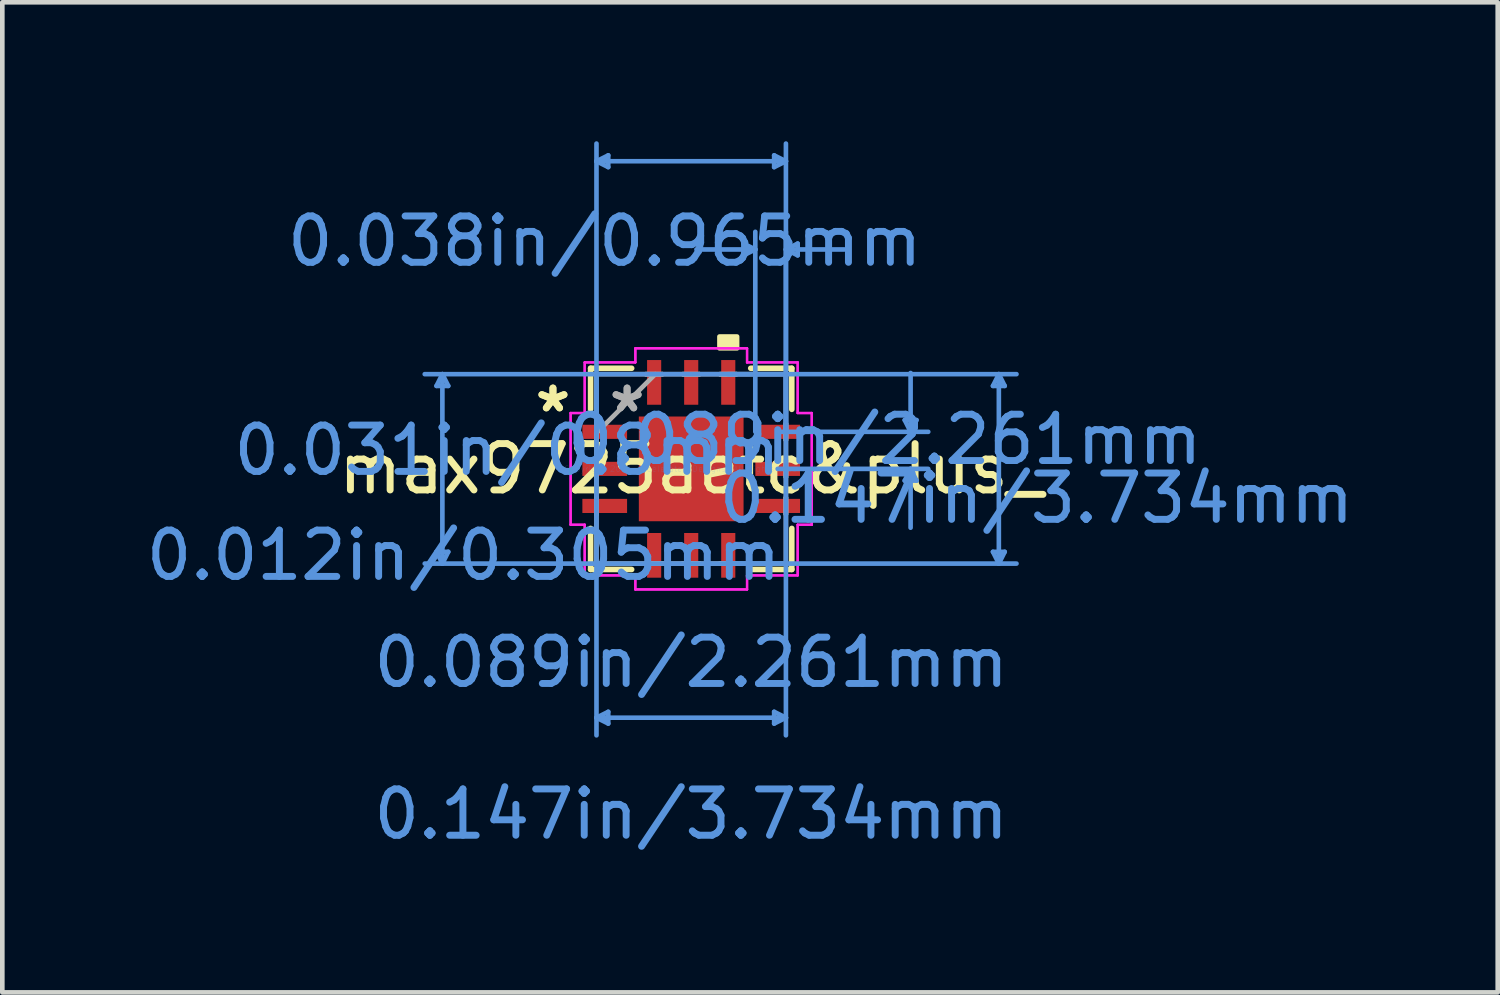
<source format=kicad_pcb>
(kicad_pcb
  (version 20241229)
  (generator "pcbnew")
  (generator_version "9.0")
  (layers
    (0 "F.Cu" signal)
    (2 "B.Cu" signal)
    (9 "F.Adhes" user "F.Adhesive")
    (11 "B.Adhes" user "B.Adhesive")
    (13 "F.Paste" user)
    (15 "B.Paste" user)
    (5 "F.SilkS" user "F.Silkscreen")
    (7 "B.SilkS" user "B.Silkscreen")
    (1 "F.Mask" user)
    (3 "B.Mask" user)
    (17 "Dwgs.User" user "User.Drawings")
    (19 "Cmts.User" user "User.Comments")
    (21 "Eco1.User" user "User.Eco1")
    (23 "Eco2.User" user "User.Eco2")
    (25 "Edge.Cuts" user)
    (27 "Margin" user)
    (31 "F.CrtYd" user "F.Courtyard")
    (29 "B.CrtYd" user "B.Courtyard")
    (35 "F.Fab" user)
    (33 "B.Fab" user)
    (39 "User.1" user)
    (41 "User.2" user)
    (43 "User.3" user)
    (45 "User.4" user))
  (footprint "max9725aetc&plus_"
    (layer "F.Cu")
    (at 11.873 7.073)
    (property "Reference" "max9725aetc&plus_" (at 0 0 0) (layer "F.SilkS") (effects (font (size 1 1) (thickness 0.15))))
    (attr through_hole)
    (fp_line (start -2.172 -2.172) (end -2.172 -1.285) (stroke (width 0.12) (type solid)) (layer "F.SilkS"))
    (fp_line (start -2.172 1.285) (end -2.172 2.172) (stroke (width 0.12) (type solid)) (layer "F.SilkS"))
    (fp_line (start -2.172 2.172) (end -1.285 2.172) (stroke (width 0.12) (type solid)) (layer "F.SilkS"))
    (fp_line (start -1.285 -2.172) (end -2.172 -2.172) (stroke (width 0.12) (type solid)) (layer "F.SilkS"))
    (fp_line (start 1.285 2.172) (end 2.172 2.172) (stroke (width 0.12) (type solid)) (layer "F.SilkS"))
    (fp_line (start 2.172 -2.172) (end 1.285 -2.172) (stroke (width 0.12) (type solid)) (layer "F.SilkS"))
    (fp_line (start 2.172 -1.285) (end 2.172 -2.172) (stroke (width 0.12) (type solid)) (layer "F.SilkS"))
    (fp_line (start 2.172 2.172) (end 2.172 1.285) (stroke (width 0.12) (type solid)) (layer "F.SilkS"))
    (fp_poly (pts (xy 0.61 -2.603) (xy 0.61 -2.857) (xy 0.991 -2.857) (xy 0.991 -2.603)) (stroke (width 0.1) (type solid)) (fill yes) (layer "F.SilkS"))
    (fp_line (start -5.499 -1.791) (end -5.245 -1.791) (stroke (width 0.1) (type solid)) (layer "Cmts.User"))
    (fp_line (start -5.499 1.791) (end -5.245 1.791) (stroke (width 0.1) (type solid)) (layer "Cmts.User"))
    (fp_line (start -5.372 -2.045) (end -5.499 -1.791) (stroke (width 0.1) (type solid)) (layer "Cmts.User"))
    (fp_line (start -5.372 -2.045) (end -5.372 2.045) (stroke (width 0.1) (type solid)) (layer "Cmts.User"))
    (fp_line (start -5.372 -2.045) (end -5.245 -1.791) (stroke (width 0.1) (type solid)) (layer "Cmts.User"))
    (fp_line (start -5.372 2.045) (end -5.499 1.791) (stroke (width 0.1) (type solid)) (layer "Cmts.User"))
    (fp_line (start -5.372 2.045) (end -5.245 1.791) (stroke (width 0.1) (type solid)) (layer "Cmts.User"))
    (fp_line (start -2.045 -6.642) (end -1.791 -6.769) (stroke (width 0.1) (type solid)) (layer "Cmts.User"))
    (fp_line (start -2.045 -6.642) (end -1.791 -6.515) (stroke (width 0.1) (type solid)) (layer "Cmts.User"))
    (fp_line (start -2.045 -6.642) (end 2.045 -6.642) (stroke (width 0.1) (type solid)) (layer "Cmts.User"))
    (fp_line (start -2.045 -2.045) (end -2.045 5.753) (stroke (width 0.1) (type solid)) (layer "Cmts.User"))
    (fp_line (start -2.045 -0.8) (end -2.045 -7.023) (stroke (width 0.1) (type solid)) (layer "Cmts.User"))
    (fp_line (start -2.045 5.372) (end -1.791 5.245) (stroke (width 0.1) (type solid)) (layer "Cmts.User"))
    (fp_line (start -2.045 5.372) (end -1.791 5.499) (stroke (width 0.1) (type solid)) (layer "Cmts.User"))
    (fp_line (start -2.045 5.372) (end 2.045 5.372) (stroke (width 0.1) (type solid)) (layer "Cmts.User"))
    (fp_line (start -1.791 -6.769) (end -1.791 -6.515) (stroke (width 0.1) (type solid)) (layer "Cmts.User"))
    (fp_line (start -1.791 5.245) (end -1.791 5.499) (stroke (width 0.1) (type solid)) (layer "Cmts.User"))
    (fp_line (start 0.8 -2.045) (end 7.023 -2.045) (stroke (width 0.1) (type solid)) (layer "Cmts.User"))
    (fp_line (start 0.8 2.045) (end 7.023 2.045) (stroke (width 0.1) (type solid)) (layer "Cmts.User"))
    (fp_line (start 1.13 -4.864) (end 1.13 -4.61) (stroke (width 0.1) (type solid)) (layer "Cmts.User"))
    (fp_line (start 1.384 -4.737) (end 0.114 -4.737) (stroke (width 0.1) (type solid)) (layer "Cmts.User"))
    (fp_line (start 1.384 -4.737) (end 1.13 -4.864) (stroke (width 0.1) (type solid)) (layer "Cmts.User"))
    (fp_line (start 1.384 -4.737) (end 1.13 -4.61) (stroke (width 0.1) (type solid)) (layer "Cmts.User"))
    (fp_line (start 1.384 -0.8) (end 1.384 -5.118) (stroke (width 0.1) (type solid)) (layer "Cmts.User"))
    (fp_line (start 1.791 -6.769) (end 1.791 -6.515) (stroke (width 0.1) (type solid)) (layer "Cmts.User"))
    (fp_line (start 1.791 5.245) (end 1.791 5.499) (stroke (width 0.1) (type solid)) (layer "Cmts.User"))
    (fp_line (start 1.867 -0.8) (end 5.118 -0.8) (stroke (width 0.1) (type solid)) (layer "Cmts.User"))
    (fp_line (start 1.867 0) (end 5.118 0) (stroke (width 0.1) (type solid)) (layer "Cmts.User"))
    (fp_line (start 2.045 -6.642) (end 1.791 -6.769) (stroke (width 0.1) (type solid)) (layer "Cmts.User"))
    (fp_line (start 2.045 -6.642) (end 1.791 -6.515) (stroke (width 0.1) (type solid)) (layer "Cmts.User"))
    (fp_line (start 2.045 -4.737) (end 2.299 -4.864) (stroke (width 0.1) (type solid)) (layer "Cmts.User"))
    (fp_line (start 2.045 -4.737) (end 2.299 -4.61) (stroke (width 0.1) (type solid)) (layer "Cmts.User"))
    (fp_line (start 2.045 -4.737) (end 3.315 -4.737) (stroke (width 0.1) (type solid)) (layer "Cmts.User"))
    (fp_line (start 2.045 -2.045) (end -5.753 -2.045) (stroke (width 0.1) (type solid)) (layer "Cmts.User"))
    (fp_line (start 2.045 -2.045) (end 2.045 5.753) (stroke (width 0.1) (type solid)) (layer "Cmts.User"))
    (fp_line (start 2.045 -0.8) (end 2.045 -7.023) (stroke (width 0.1) (type solid)) (layer "Cmts.User"))
    (fp_line (start 2.045 -0.8) (end 2.045 -5.118) (stroke (width 0.1) (type solid)) (layer "Cmts.User"))
    (fp_line (start 2.045 2.045) (end -5.753 2.045) (stroke (width 0.1) (type solid)) (layer "Cmts.User"))
    (fp_line (start 2.045 5.372) (end 1.791 5.245) (stroke (width 0.1) (type solid)) (layer "Cmts.User"))
    (fp_line (start 2.045 5.372) (end 1.791 5.499) (stroke (width 0.1) (type solid)) (layer "Cmts.User"))
    (fp_line (start 2.299 -4.864) (end 2.299 -4.61) (stroke (width 0.1) (type solid)) (layer "Cmts.User"))
    (fp_line (start 4.61 -1.054) (end 4.864 -1.054) (stroke (width 0.1) (type solid)) (layer "Cmts.User"))
    (fp_line (start 4.61 0.254) (end 4.864 0.254) (stroke (width 0.1) (type solid)) (layer "Cmts.User"))
    (fp_line (start 4.737 -0.8) (end 4.61 -1.054) (stroke (width 0.1) (type solid)) (layer "Cmts.User"))
    (fp_line (start 4.737 -0.8) (end 4.737 -2.07) (stroke (width 0.1) (type solid)) (layer "Cmts.User"))
    (fp_line (start 4.737 -0.8) (end 4.864 -1.054) (stroke (width 0.1) (type solid)) (layer "Cmts.User"))
    (fp_line (start 4.737 0) (end 4.61 0.254) (stroke (width 0.1) (type solid)) (layer "Cmts.User"))
    (fp_line (start 4.737 0) (end 4.737 1.27) (stroke (width 0.1) (type solid)) (layer "Cmts.User"))
    (fp_line (start 4.737 0) (end 4.864 0.254) (stroke (width 0.1) (type solid)) (layer "Cmts.User"))
    (fp_line (start 6.515 -1.791) (end 6.769 -1.791) (stroke (width 0.1) (type solid)) (layer "Cmts.User"))
    (fp_line (start 6.515 1.791) (end 6.769 1.791) (stroke (width 0.1) (type solid)) (layer "Cmts.User"))
    (fp_line (start 6.642 -2.045) (end 6.515 -1.791) (stroke (width 0.1) (type solid)) (layer "Cmts.User"))
    (fp_line (start 6.642 -2.045) (end 6.642 2.045) (stroke (width 0.1) (type solid)) (layer "Cmts.User"))
    (fp_line (start 6.642 -2.045) (end 6.769 -1.791) (stroke (width 0.1) (type solid)) (layer "Cmts.User"))
    (fp_line (start 6.642 2.045) (end 6.515 1.791) (stroke (width 0.1) (type solid)) (layer "Cmts.User"))
    (fp_line (start 6.642 2.045) (end 6.769 1.791) (stroke (width 0.1) (type solid)) (layer "Cmts.User"))
    (fp_line (start -2.603 -1.206) (end -2.299 -1.206) (stroke (width 0.05) (type solid)) (layer "F.CrtYd"))
    (fp_line (start -2.603 -1.206) (end -2.299 -1.206) (stroke (width 0.05) (type solid)) (layer "F.CrtYd"))
    (fp_line (start -2.603 1.206) (end -2.603 -1.206) (stroke (width 0.05) (type solid)) (layer "F.CrtYd"))
    (fp_line (start -2.603 1.206) (end -2.603 -1.206) (stroke (width 0.05) (type solid)) (layer "F.CrtYd"))
    (fp_line (start -2.299 -2.299) (end -1.206 -2.299) (stroke (width 0.05) (type solid)) (layer "F.CrtYd"))
    (fp_line (start -2.299 -2.299) (end -1.206 -2.299) (stroke (width 0.05) (type solid)) (layer "F.CrtYd"))
    (fp_line (start -2.299 -1.206) (end -2.299 -2.299) (stroke (width 0.05) (type solid)) (layer "F.CrtYd"))
    (fp_line (start -2.299 -1.206) (end -2.299 -2.299) (stroke (width 0.05) (type solid)) (layer "F.CrtYd"))
    (fp_line (start -2.299 1.206) (end -2.603 1.206) (stroke (width 0.05) (type solid)) (layer "F.CrtYd"))
    (fp_line (start -2.299 1.206) (end -2.603 1.206) (stroke (width 0.05) (type solid)) (layer "F.CrtYd"))
    (fp_line (start -2.299 2.299) (end -2.299 1.206) (stroke (width 0.05) (type solid)) (layer "F.CrtYd"))
    (fp_line (start -2.299 2.299) (end -2.299 1.206) (stroke (width 0.05) (type solid)) (layer "F.CrtYd"))
    (fp_line (start -1.206 -2.603) (end 1.206 -2.603) (stroke (width 0.05) (type solid)) (layer "F.CrtYd"))
    (fp_line (start -1.206 -2.603) (end 1.206 -2.603) (stroke (width 0.05) (type solid)) (layer "F.CrtYd"))
    (fp_line (start -1.206 -2.299) (end -1.206 -2.603) (stroke (width 0.05) (type solid)) (layer "F.CrtYd"))
    (fp_line (start -1.206 -2.299) (end -1.206 -2.603) (stroke (width 0.05) (type solid)) (layer "F.CrtYd"))
    (fp_line (start -1.206 2.299) (end -2.299 2.299) (stroke (width 0.05) (type solid)) (layer "F.CrtYd"))
    (fp_line (start -1.206 2.299) (end -2.299 2.299) (stroke (width 0.05) (type solid)) (layer "F.CrtYd"))
    (fp_line (start -1.206 2.603) (end -1.206 2.299) (stroke (width 0.05) (type solid)) (layer "F.CrtYd"))
    (fp_line (start -1.206 2.603) (end -1.206 2.299) (stroke (width 0.05) (type solid)) (layer "F.CrtYd"))
    (fp_line (start 1.206 -2.603) (end 1.206 -2.299) (stroke (width 0.05) (type solid)) (layer "F.CrtYd"))
    (fp_line (start 1.206 -2.603) (end 1.206 -2.299) (stroke (width 0.05) (type solid)) (layer "F.CrtYd"))
    (fp_line (start 1.206 -2.299) (end 2.299 -2.299) (stroke (width 0.05) (type solid)) (layer "F.CrtYd"))
    (fp_line (start 1.206 -2.299) (end 2.299 -2.299) (stroke (width 0.05) (type solid)) (layer "F.CrtYd"))
    (fp_line (start 1.206 2.299) (end 1.206 2.603) (stroke (width 0.05) (type solid)) (layer "F.CrtYd"))
    (fp_line (start 1.206 2.299) (end 1.206 2.603) (stroke (width 0.05) (type solid)) (layer "F.CrtYd"))
    (fp_line (start 1.206 2.603) (end -1.206 2.603) (stroke (width 0.05) (type solid)) (layer "F.CrtYd"))
    (fp_line (start 1.206 2.603) (end -1.206 2.603) (stroke (width 0.05) (type solid)) (layer "F.CrtYd"))
    (fp_line (start 2.299 -2.299) (end 2.299 -1.206) (stroke (width 0.05) (type solid)) (layer "F.CrtYd"))
    (fp_line (start 2.299 -2.299) (end 2.299 -1.206) (stroke (width 0.05) (type solid)) (layer "F.CrtYd"))
    (fp_line (start 2.299 -1.206) (end 2.603 -1.206) (stroke (width 0.05) (type solid)) (layer "F.CrtYd"))
    (fp_line (start 2.299 -1.206) (end 2.603 -1.206) (stroke (width 0.05) (type solid)) (layer "F.CrtYd"))
    (fp_line (start 2.299 1.206) (end 2.299 2.299) (stroke (width 0.05) (type solid)) (layer "F.CrtYd"))
    (fp_line (start 2.299 1.206) (end 2.299 2.299) (stroke (width 0.05) (type solid)) (layer "F.CrtYd"))
    (fp_line (start 2.299 2.299) (end 1.206 2.299) (stroke (width 0.05) (type solid)) (layer "F.CrtYd"))
    (fp_line (start 2.299 2.299) (end 1.206 2.299) (stroke (width 0.05) (type solid)) (layer "F.CrtYd"))
    (fp_line (start 2.603 -1.206) (end 2.603 1.206) (stroke (width 0.05) (type solid)) (layer "F.CrtYd"))
    (fp_line (start 2.603 -1.206) (end 2.603 1.206) (stroke (width 0.05) (type solid)) (layer "F.CrtYd"))
    (fp_line (start 2.603 1.206) (end 2.299 1.206) (stroke (width 0.05) (type solid)) (layer "F.CrtYd"))
    (fp_line (start 2.603 1.206) (end 2.299 1.206) (stroke (width 0.05) (type solid)) (layer "F.CrtYd"))
    (fp_line (start -2.045 -2.045) (end -2.045 -2.045) (stroke (width 0.1) (type solid)) (layer "F.Fab"))
    (fp_line (start -2.045 -2.045) (end -2.045 2.045) (stroke (width 0.1) (type solid)) (layer "F.Fab"))
    (fp_line (start -2.045 -0.978) (end -2.045 -0.978) (stroke (width 0.1) (type solid)) (layer "F.Fab"))
    (fp_line (start -2.045 -0.978) (end -2.045 -0.622) (stroke (width 0.1) (type solid)) (layer "F.Fab"))
    (fp_line (start -2.045 -0.775) (end -0.775 -2.045) (stroke (width 0.1) (type solid)) (layer "F.Fab"))
    (fp_line (start -2.045 -0.622) (end -2.045 -0.978) (stroke (width 0.1) (type solid)) (layer "F.Fab"))
    (fp_line (start -2.045 -0.622) (end -2.045 -0.622) (stroke (width 0.1) (type solid)) (layer "F.Fab"))
    (fp_line (start -2.045 -0.178) (end -2.045 -0.178) (stroke (width 0.1) (type solid)) (layer "F.Fab"))
    (fp_line (start -2.045 -0.178) (end -2.045 0.178) (stroke (width 0.1) (type solid)) (layer "F.Fab"))
    (fp_line (start -2.045 0.178) (end -2.045 -0.178) (stroke (width 0.1) (type solid)) (layer "F.Fab"))
    (fp_line (start -2.045 0.178) (end -2.045 0.178) (stroke (width 0.1) (type solid)) (layer "F.Fab"))
    (fp_line (start -2.045 0.622) (end -2.045 0.622) (stroke (width 0.1) (type solid)) (layer "F.Fab"))
    (fp_line (start -2.045 0.622) (end -2.045 0.978) (stroke (width 0.1) (type solid)) (layer "F.Fab"))
    (fp_line (start -2.045 0.978) (end -2.045 0.622) (stroke (width 0.1) (type solid)) (layer "F.Fab"))
    (fp_line (start -2.045 0.978) (end -2.045 0.978) (stroke (width 0.1) (type solid)) (layer "F.Fab"))
    (fp_line (start -2.045 2.045) (end -2.045 2.045) (stroke (width 0.1) (type solid)) (layer "F.Fab"))
    (fp_line (start -2.045 2.045) (end 2.045 2.045) (stroke (width 0.1) (type solid)) (layer "F.Fab"))
    (fp_line (start -0.978 -2.045) (end -0.978 -2.045) (stroke (width 0.1) (type solid)) (layer "F.Fab"))
    (fp_line (start -0.978 -2.045) (end -0.622 -2.045) (stroke (width 0.1) (type solid)) (layer "F.Fab"))
    (fp_line (start -0.978 2.045) (end -0.978 2.045) (stroke (width 0.1) (type solid)) (layer "F.Fab"))
    (fp_line (start -0.978 2.045) (end -0.622 2.045) (stroke (width 0.1) (type solid)) (layer "F.Fab"))
    (fp_line (start -0.622 -2.045) (end -0.978 -2.045) (stroke (width 0.1) (type solid)) (layer "F.Fab"))
    (fp_line (start -0.622 -2.045) (end -0.622 -2.045) (stroke (width 0.1) (type solid)) (layer "F.Fab"))
    (fp_line (start -0.622 2.045) (end -0.978 2.045) (stroke (width 0.1) (type solid)) (layer "F.Fab"))
    (fp_line (start -0.622 2.045) (end -0.622 2.045) (stroke (width 0.1) (type solid)) (layer "F.Fab"))
    (fp_line (start -0.178 -2.045) (end -0.178 -2.045) (stroke (width 0.1) (type solid)) (layer "F.Fab"))
    (fp_line (start -0.178 -2.045) (end 0.178 -2.045) (stroke (width 0.1) (type solid)) (layer "F.Fab"))
    (fp_line (start -0.178 2.045) (end -0.178 2.045) (stroke (width 0.1) (type solid)) (layer "F.Fab"))
    (fp_line (start -0.178 2.045) (end 0.178 2.045) (stroke (width 0.1) (type solid)) (layer "F.Fab"))
    (fp_line (start 0.178 -2.045) (end -0.178 -2.045) (stroke (width 0.1) (type solid)) (layer "F.Fab"))
    (fp_line (start 0.178 -2.045) (end 0.178 -2.045) (stroke (width 0.1) (type solid)) (layer "F.Fab"))
    (fp_line (start 0.178 2.045) (end -0.178 2.045) (stroke (width 0.1) (type solid)) (layer "F.Fab"))
    (fp_line (start 0.178 2.045) (end 0.178 2.045) (stroke (width 0.1) (type solid)) (layer "F.Fab"))
    (fp_line (start 0.622 -2.045) (end 0.622 -2.045) (stroke (width 0.1) (type solid)) (layer "F.Fab"))
    (fp_line (start 0.622 -2.045) (end 0.978 -2.045) (stroke (width 0.1) (type solid)) (layer "F.Fab"))
    (fp_line (start 0.622 2.045) (end 0.622 2.045) (stroke (width 0.1) (type solid)) (layer "F.Fab"))
    (fp_line (start 0.622 2.045) (end 0.978 2.045) (stroke (width 0.1) (type solid)) (layer "F.Fab"))
    (fp_line (start 0.978 -2.045) (end 0.622 -2.045) (stroke (width 0.1) (type solid)) (layer "F.Fab"))
    (fp_line (start 0.978 -2.045) (end 0.978 -2.045) (stroke (width 0.1) (type solid)) (layer "F.Fab"))
    (fp_line (start 0.978 2.045) (end 0.622 2.045) (stroke (width 0.1) (type solid)) (layer "F.Fab"))
    (fp_line (start 0.978 2.045) (end 0.978 2.045) (stroke (width 0.1) (type solid)) (layer "F.Fab"))
    (fp_line (start 2.045 -2.045) (end -2.045 -2.045) (stroke (width 0.1) (type solid)) (layer "F.Fab"))
    (fp_line (start 2.045 -2.045) (end 2.045 -2.045) (stroke (width 0.1) (type solid)) (layer "F.Fab"))
    (fp_line (start 2.045 -0.978) (end 2.045 -0.978) (stroke (width 0.1) (type solid)) (layer "F.Fab"))
    (fp_line (start 2.045 -0.978) (end 2.045 -0.622) (stroke (width 0.1) (type solid)) (layer "F.Fab"))
    (fp_line (start 2.045 -0.622) (end 2.045 -0.978) (stroke (width 0.1) (type solid)) (layer "F.Fab"))
    (fp_line (start 2.045 -0.622) (end 2.045 -0.622) (stroke (width 0.1) (type solid)) (layer "F.Fab"))
    (fp_line (start 2.045 -0.178) (end 2.045 -0.178) (stroke (width 0.1) (type solid)) (layer "F.Fab"))
    (fp_line (start 2.045 -0.178) (end 2.045 0.178) (stroke (width 0.1) (type solid)) (layer "F.Fab"))
    (fp_line (start 2.045 0.178) (end 2.045 -0.178) (stroke (width 0.1) (type solid)) (layer "F.Fab"))
    (fp_line (start 2.045 0.178) (end 2.045 0.178) (stroke (width 0.1) (type solid)) (layer "F.Fab"))
    (fp_line (start 2.045 0.622) (end 2.045 0.622) (stroke (width 0.1) (type solid)) (layer "F.Fab"))
    (fp_line (start 2.045 0.622) (end 2.045 0.978) (stroke (width 0.1) (type solid)) (layer "F.Fab"))
    (fp_line (start 2.045 0.978) (end 2.045 0.622) (stroke (width 0.1) (type solid)) (layer "F.Fab"))
    (fp_line (start 2.045 0.978) (end 2.045 0.978) (stroke (width 0.1) (type solid)) (layer "F.Fab"))
    (fp_line (start 2.045 2.045) (end 2.045 -2.045) (stroke (width 0.1) (type solid)) (layer "F.Fab"))
    (fp_line (start 2.045 2.045) (end 2.045 2.045) (stroke (width 0.1) (type solid)) (layer "F.Fab"))
    (fp_text user "*" (at -2.985 -1.2 0) (layer "F.SilkS") (effects (font (size 1 1) (thickness 0.15))))
    (fp_text user "*" (at -2.985 -1.2 0) (layer "F.SilkS") (effects (font (size 1 1) (thickness 0.15))))
    (fp_text user "0.089in/2.261mm" (at 0 4.178 0) (layer "Cmts.User") (effects (font (size 1 1) (thickness 0.15))))
    (fp_text user "0.031in/0.8mm" (at -3.975 -0.4 0) (layer "Cmts.User") (effects (font (size 1 1) (thickness 0.15))))
    (fp_text user "0.089in/2.261mm" (at 4.178 -0.635 0) (layer "Cmts.User") (effects (font (size 1 1) (thickness 0.15))))
    (fp_text user "0.012in/0.305mm" (at -4.915 1.867 0) (layer "Cmts.User") (effects (font (size 1 1) (thickness 0.15))))
    (fp_text user "Copyright 2021 Accelerated Designs. All rights reserved." (at 0 0 0) (layer "Cmts.User") (effects (font (size 0.127 0.127) (thickness 0.002))))
    (fp_text user "0.038in/0.965mm" (at -1.867 -4.915 0) (layer "Cmts.User") (effects (font (size 1 1) (thickness 0.15))))
    (fp_text user "0.147in/3.734mm" (at 7.455 0.635 0) (layer "Cmts.User") (effects (font (size 1 1) (thickness 0.15))))
    (fp_text user "0.147in/3.734mm" (at 0 7.455 0) (layer "Cmts.User") (effects (font (size 1 1) (thickness 0.15))))
    (fp_text user "*" (at -1.384 -1.2 0) (layer "F.Fab") (effects (font (size 1 1) (thickness 0.15))))
    (fp_text user "*" (at -1.384 -1.2 0) (layer "F.Fab") (effects (font (size 1 1) (thickness 0.15))))
    (pad "1" smd rect (at -1.867 -0.8 90) (size 0.305 0.965) (layers "F.Cu" "F.Mask" "F.Paste"))
    (pad "2" smd rect (at -1.867 0 90) (size 0.305 0.965) (layers "F.Cu" "F.Mask" "F.Paste"))
    (pad "3" smd rect (at -1.867 0.8 90) (size 0.305 0.965) (layers "F.Cu" "F.Mask" "F.Paste"))
    (pad "4" smd rect (at -0.8 1.867) (size 0.305 0.965) (layers "F.Cu" "F.Mask" "F.Paste"))
    (pad "5" smd rect (at 0 1.867) (size 0.305 0.965) (layers "F.Cu" "F.Mask" "F.Paste"))
    (pad "6" smd rect (at 0.8 1.867) (size 0.305 0.965) (layers "F.Cu" "F.Mask" "F.Paste"))
    (pad "7" smd rect (at 1.867 0.8 90) (size 0.305 0.965) (layers "F.Cu" "F.Mask" "F.Paste"))
    (pad "8" smd rect (at 1.867 0 90) (size 0.305 0.965) (layers "F.Cu" "F.Mask" "F.Paste"))
    (pad "9" smd rect (at 1.867 -0.8 90) (size 0.305 0.965) (layers "F.Cu" "F.Mask" "F.Paste"))
    (pad "10" smd rect (at 0.8 -1.867) (size 0.305 0.965) (layers "F.Cu" "F.Mask" "F.Paste"))
    (pad "11" smd rect (at 0 -1.867) (size 0.305 0.965) (layers "F.Cu" "F.Mask" "F.Paste"))
    (pad "12" smd rect (at -0.8 -1.867) (size 0.305 0.965) (layers "F.Cu" "F.Mask" "F.Paste"))
    (pad "13" smd rect (at 0 0) (size 2.261 2.261) (layers "F.Cu" "F.Mask" "F.Paste")))
  (gr_rect
    (start -3 -3)
    (end 29.286 18.376)
    (stroke (width 0.1) (type default))
    (fill no)
    (layer "Edge.Cuts")))
</source>
